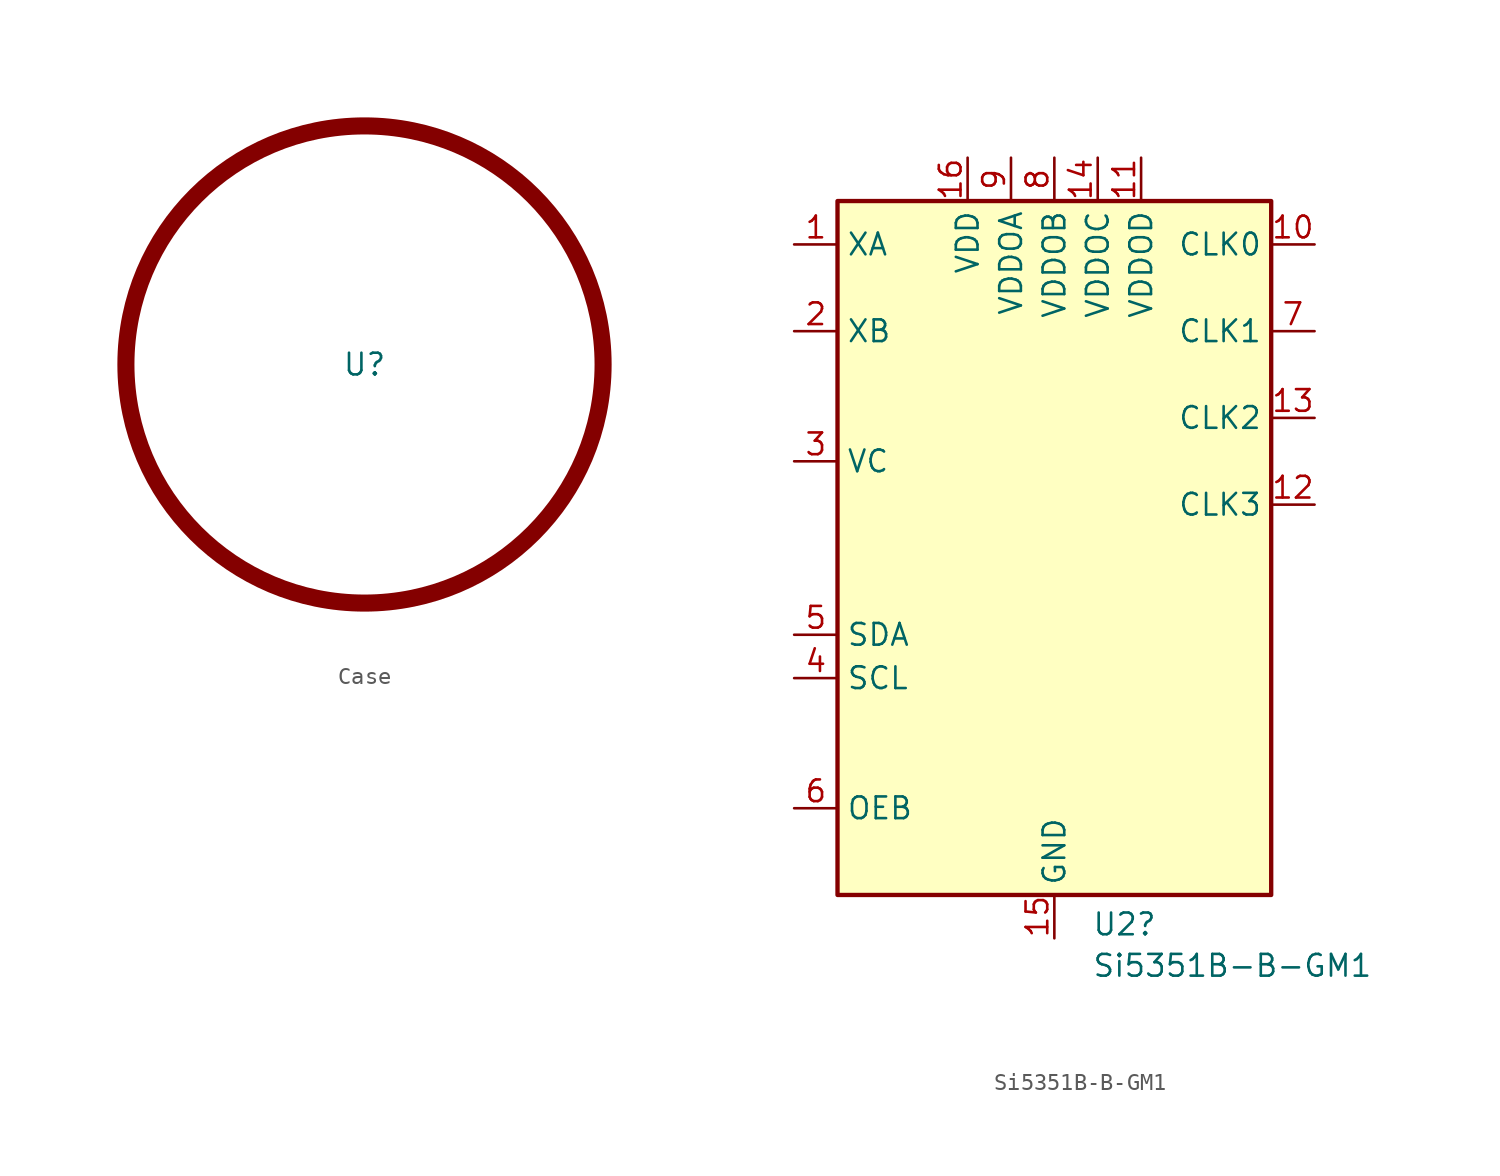
<source format=kicad_sym>
(kicad_symbol_lib
  (version 20220914)
  (generator kicad_symbol_editor)
  (symbol "Case"
    (property "Reference" "U"
      (at 0 0 0)
      (effects (font (size 1.27 1.27))))
    (property "Value" ""
      (at 0 0 0)
      (effects (font (size 1.27 1.27))))
    (symbol "Case_1_1"
      (circle (center 0 0) (radius 13.97) (stroke (width 1) (type default)) (fill (type none)))))
  (symbol "Si5351B-B-GM1"
    (property "Reference" "U2"
      (at 2.194 -22.04 0)
      (effects (font (size 1.27 1.27)) (justify left)))
    (property "Value" "Si5351B-B-GM1"
      (at 2.194 -24.464 0)
      (effects (font (size 1.27 1.27)) (justify left)))
    (symbol "Si5351B-B-GM1_1_1"
      (rectangle (start -12.7 20.32) (end 12.7 -20.32) (stroke (width 0.254) (type default)) (fill (type background)))
      (pin input line (at -15.24 17.78 0) (length 2.54) (name "XA" (effects (font (size 1.27 1.27)))) (number "1" (effects (font (size 1.27 1.27)))))
      (pin output line (at 15.24 17.78 180) (length 2.54) (name "CLK0" (effects (font (size 1.27 1.27)))) (number "10" (effects (font (size 1.27 1.27)))))
      (pin power_in line (at 5.08 22.86 270) (length 2.54) (name "VDDOD" (effects (font (size 1.27 1.27)))) (number "11" (effects (font (size 1.27 1.27)))))
      (pin output line (at 15.24 2.54 180) (length 2.54) (name "CLK3" (effects (font (size 1.27 1.27)))) (number "12" (effects (font (size 1.27 1.27)))))
      (pin output line (at 15.24 7.62 180) (length 2.54) (name "CLK2" (effects (font (size 1.27 1.27)))) (number "13" (effects (font (size 1.27 1.27)))))
      (pin power_in line (at 2.54 22.86 270) (length 2.54) (name "VDDOC" (effects (font (size 1.27 1.27)))) (number "14" (effects (font (size 1.27 1.27)))))
      (pin power_in line (at 0 -22.86 90) (length 2.54) (name "GND" (effects (font (size 1.27 1.27)))) (number "15" (effects (font (size 1.27 1.27)))))
      (pin power_in line (at -5.08 22.86 270) (length 2.54) (name "VDD" (effects (font (size 1.27 1.27)))) (number "16" (effects (font (size 1.27 1.27)))))
      (pin input line (at -15.24 12.7 0) (length 2.54) (name "XB" (effects (font (size 1.27 1.27)))) (number "2" (effects (font (size 1.27 1.27)))))
      (pin input line (at -15.24 5.08 0) (length 2.54) (name "VC" (effects (font (size 1.27 1.27)))) (number "3" (effects (font (size 1.27 1.27)))))
      (pin input line (at -15.24 -7.62 0) (length 2.54) (name "SCL" (effects (font (size 1.27 1.27)))) (number "4" (effects (font (size 1.27 1.27)))))
      (pin bidirectional line (at -15.24 -5.08 0) (length 2.54) (name "SDA" (effects (font (size 1.27 1.27)))) (number "5" (effects (font (size 1.27 1.27)))))
      (pin input line (at -15.24 -15.24 0) (length 2.54) (name "OEB" (effects (font (size 1.27 1.27)))) (number "6" (effects (font (size 1.27 1.27)))))
      (pin output line (at 15.24 12.7 180) (length 2.54) (name "CLK1" (effects (font (size 1.27 1.27)))) (number "7" (effects (font (size 1.27 1.27)))))
      (pin power_in line (at 0 22.86 270) (length 2.54) (name "VDDOB" (effects (font (size 1.27 1.27)))) (number "8" (effects (font (size 1.27 1.27)))))
      (pin power_in line (at -2.54 22.86 270) (length 2.54) (name "VDDOA" (effects (font (size 1.27 1.27)))) (number "9" (effects (font (size 1.27 1.27))))))))
</source>
